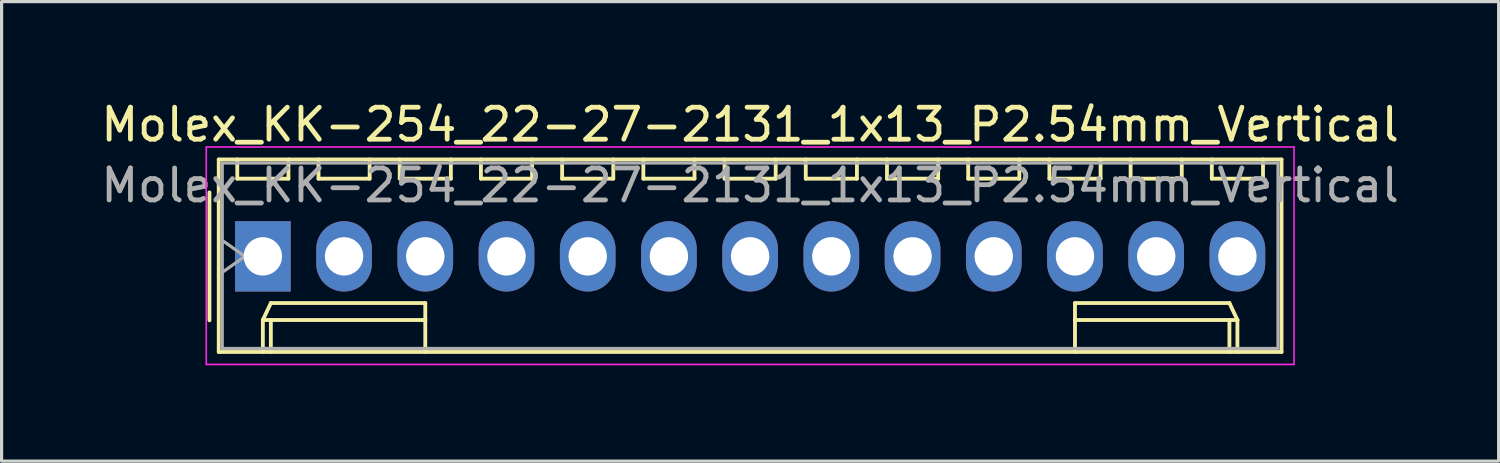
<source format=kicad_pcb>
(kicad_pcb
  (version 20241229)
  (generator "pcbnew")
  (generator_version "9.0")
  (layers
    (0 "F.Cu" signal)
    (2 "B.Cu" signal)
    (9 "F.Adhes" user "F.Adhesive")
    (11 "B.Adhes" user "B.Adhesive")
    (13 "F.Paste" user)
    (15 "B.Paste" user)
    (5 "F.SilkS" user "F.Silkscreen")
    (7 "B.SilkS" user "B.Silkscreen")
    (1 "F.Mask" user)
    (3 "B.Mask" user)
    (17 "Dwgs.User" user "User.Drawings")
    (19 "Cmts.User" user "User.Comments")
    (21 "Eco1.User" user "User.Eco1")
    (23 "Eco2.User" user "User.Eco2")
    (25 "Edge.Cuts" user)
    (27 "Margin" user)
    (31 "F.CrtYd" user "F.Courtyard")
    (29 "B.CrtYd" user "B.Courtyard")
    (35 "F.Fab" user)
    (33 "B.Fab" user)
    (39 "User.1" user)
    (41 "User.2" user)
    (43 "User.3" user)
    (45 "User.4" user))
  (footprint "Molex_KK-254_22-27-2131_1x13_P2.54mm_Vertical"
    (layer "F.Cu")
    (at 5.171 4.968)
    (property "Reference" "Molex_KK-254_22-27-2131_1x13_P2.54mm_Vertical" (at 15.24 -4.12 0) (layer "F.SilkS") (effects (font (size 1 1) (thickness 0.15))))
    (attr through_hole)
    (fp_line (start -1.67 -2) (end -1.67 2) (stroke (width 0.12) (type solid)) (layer "F.SilkS"))
    (fp_line (start -1.38 -3.03) (end -1.38 2.99) (stroke (width 0.12) (type solid)) (layer "F.SilkS"))
    (fp_line (start -1.38 2.99) (end 31.86 2.99) (stroke (width 0.12) (type solid)) (layer "F.SilkS"))
    (fp_line (start -0.8 -3.03) (end -0.8 -2.43) (stroke (width 0.12) (type solid)) (layer "F.SilkS"))
    (fp_line (start -0.8 -2.43) (end 0.8 -2.43) (stroke (width 0.12) (type solid)) (layer "F.SilkS"))
    (fp_line (start 0 1.99) (end 0.25 1.46) (stroke (width 0.12) (type solid)) (layer "F.SilkS"))
    (fp_line (start 0 1.99) (end 5.08 1.99) (stroke (width 0.12) (type solid)) (layer "F.SilkS"))
    (fp_line (start 0 2.99) (end 0 1.99) (stroke (width 0.12) (type solid)) (layer "F.SilkS"))
    (fp_line (start 0.25 1.46) (end 5.08 1.46) (stroke (width 0.12) (type solid)) (layer "F.SilkS"))
    (fp_line (start 0.25 2.99) (end 0.25 1.99) (stroke (width 0.12) (type solid)) (layer "F.SilkS"))
    (fp_line (start 0.8 -2.43) (end 0.8 -3.03) (stroke (width 0.12) (type solid)) (layer "F.SilkS"))
    (fp_line (start 1.74 -3.03) (end 1.74 -2.43) (stroke (width 0.12) (type solid)) (layer "F.SilkS"))
    (fp_line (start 1.74 -2.43) (end 3.34 -2.43) (stroke (width 0.12) (type solid)) (layer "F.SilkS"))
    (fp_line (start 3.34 -2.43) (end 3.34 -3.03) (stroke (width 0.12) (type solid)) (layer "F.SilkS"))
    (fp_line (start 4.28 -3.03) (end 4.28 -2.43) (stroke (width 0.12) (type solid)) (layer "F.SilkS"))
    (fp_line (start 4.28 -2.43) (end 5.88 -2.43) (stroke (width 0.12) (type solid)) (layer "F.SilkS"))
    (fp_line (start 5.08 1.46) (end 5.08 1.99) (stroke (width 0.12) (type solid)) (layer "F.SilkS"))
    (fp_line (start 5.08 1.99) (end 5.08 2.99) (stroke (width 0.12) (type solid)) (layer "F.SilkS"))
    (fp_line (start 5.88 -2.43) (end 5.88 -3.03) (stroke (width 0.12) (type solid)) (layer "F.SilkS"))
    (fp_line (start 6.82 -3.03) (end 6.82 -2.43) (stroke (width 0.12) (type solid)) (layer "F.SilkS"))
    (fp_line (start 6.82 -2.43) (end 8.42 -2.43) (stroke (width 0.12) (type solid)) (layer "F.SilkS"))
    (fp_line (start 8.42 -2.43) (end 8.42 -3.03) (stroke (width 0.12) (type solid)) (layer "F.SilkS"))
    (fp_line (start 9.36 -3.03) (end 9.36 -2.43) (stroke (width 0.12) (type solid)) (layer "F.SilkS"))
    (fp_line (start 9.36 -2.43) (end 10.96 -2.43) (stroke (width 0.12) (type solid)) (layer "F.SilkS"))
    (fp_line (start 10.96 -2.43) (end 10.96 -3.03) (stroke (width 0.12) (type solid)) (layer "F.SilkS"))
    (fp_line (start 11.9 -3.03) (end 11.9 -2.43) (stroke (width 0.12) (type solid)) (layer "F.SilkS"))
    (fp_line (start 11.9 -2.43) (end 13.5 -2.43) (stroke (width 0.12) (type solid)) (layer "F.SilkS"))
    (fp_line (start 13.5 -2.43) (end 13.5 -3.03) (stroke (width 0.12) (type solid)) (layer "F.SilkS"))
    (fp_line (start 14.44 -3.03) (end 14.44 -2.43) (stroke (width 0.12) (type solid)) (layer "F.SilkS"))
    (fp_line (start 14.44 -2.43) (end 16.04 -2.43) (stroke (width 0.12) (type solid)) (layer "F.SilkS"))
    (fp_line (start 16.04 -2.43) (end 16.04 -3.03) (stroke (width 0.12) (type solid)) (layer "F.SilkS"))
    (fp_line (start 16.98 -3.03) (end 16.98 -2.43) (stroke (width 0.12) (type solid)) (layer "F.SilkS"))
    (fp_line (start 16.98 -2.43) (end 18.58 -2.43) (stroke (width 0.12) (type solid)) (layer "F.SilkS"))
    (fp_line (start 18.58 -2.43) (end 18.58 -3.03) (stroke (width 0.12) (type solid)) (layer "F.SilkS"))
    (fp_line (start 19.52 -3.03) (end 19.52 -2.43) (stroke (width 0.12) (type solid)) (layer "F.SilkS"))
    (fp_line (start 19.52 -2.43) (end 21.12 -2.43) (stroke (width 0.12) (type solid)) (layer "F.SilkS"))
    (fp_line (start 21.12 -2.43) (end 21.12 -3.03) (stroke (width 0.12) (type solid)) (layer "F.SilkS"))
    (fp_line (start 22.06 -3.03) (end 22.06 -2.43) (stroke (width 0.12) (type solid)) (layer "F.SilkS"))
    (fp_line (start 22.06 -2.43) (end 23.66 -2.43) (stroke (width 0.12) (type solid)) (layer "F.SilkS"))
    (fp_line (start 23.66 -2.43) (end 23.66 -3.03) (stroke (width 0.12) (type solid)) (layer "F.SilkS"))
    (fp_line (start 24.6 -3.03) (end 24.6 -2.43) (stroke (width 0.12) (type solid)) (layer "F.SilkS"))
    (fp_line (start 24.6 -2.43) (end 26.2 -2.43) (stroke (width 0.12) (type solid)) (layer "F.SilkS"))
    (fp_line (start 25.4 1.46) (end 25.4 1.99) (stroke (width 0.12) (type solid)) (layer "F.SilkS"))
    (fp_line (start 25.4 1.99) (end 25.4 2.99) (stroke (width 0.12) (type solid)) (layer "F.SilkS"))
    (fp_line (start 26.2 -2.43) (end 26.2 -3.03) (stroke (width 0.12) (type solid)) (layer "F.SilkS"))
    (fp_line (start 27.14 -3.03) (end 27.14 -2.43) (stroke (width 0.12) (type solid)) (layer "F.SilkS"))
    (fp_line (start 27.14 -2.43) (end 28.74 -2.43) (stroke (width 0.12) (type solid)) (layer "F.SilkS"))
    (fp_line (start 28.74 -2.43) (end 28.74 -3.03) (stroke (width 0.12) (type solid)) (layer "F.SilkS"))
    (fp_line (start 29.68 -3.03) (end 29.68 -2.43) (stroke (width 0.12) (type solid)) (layer "F.SilkS"))
    (fp_line (start 29.68 -2.43) (end 31.28 -2.43) (stroke (width 0.12) (type solid)) (layer "F.SilkS"))
    (fp_line (start 30.23 1.46) (end 25.4 1.46) (stroke (width 0.12) (type solid)) (layer "F.SilkS"))
    (fp_line (start 30.23 2.99) (end 30.23 1.99) (stroke (width 0.12) (type solid)) (layer "F.SilkS"))
    (fp_line (start 30.48 1.99) (end 25.4 1.99) (stroke (width 0.12) (type solid)) (layer "F.SilkS"))
    (fp_line (start 30.48 1.99) (end 30.23 1.46) (stroke (width 0.12) (type solid)) (layer "F.SilkS"))
    (fp_line (start 30.48 2.99) (end 30.48 1.99) (stroke (width 0.12) (type solid)) (layer "F.SilkS"))
    (fp_line (start 31.28 -2.43) (end 31.28 -3.03) (stroke (width 0.12) (type solid)) (layer "F.SilkS"))
    (fp_line (start 31.86 -3.03) (end -1.38 -3.03) (stroke (width 0.12) (type solid)) (layer "F.SilkS"))
    (fp_line (start 31.86 2.99) (end 31.86 -3.03) (stroke (width 0.12) (type solid)) (layer "F.SilkS"))
    (fp_line (start -1.77 -3.42) (end -1.77 3.38) (stroke (width 0.05) (type solid)) (layer "F.CrtYd"))
    (fp_line (start -1.77 3.38) (end 32.25 3.38) (stroke (width 0.05) (type solid)) (layer "F.CrtYd"))
    (fp_line (start 32.25 -3.42) (end -1.77 -3.42) (stroke (width 0.05) (type solid)) (layer "F.CrtYd"))
    (fp_line (start 32.25 3.38) (end 32.25 -3.42) (stroke (width 0.05) (type solid)) (layer "F.CrtYd"))
    (fp_line (start -1.27 -2.92) (end -1.27 2.88) (stroke (width 0.1) (type solid)) (layer "F.Fab"))
    (fp_line (start -1.27 -0.5) (end -0.563 0) (stroke (width 0.1) (type solid)) (layer "F.Fab"))
    (fp_line (start -1.27 2.88) (end 31.75 2.88) (stroke (width 0.1) (type solid)) (layer "F.Fab"))
    (fp_line (start -0.563 0) (end -1.27 0.5) (stroke (width 0.1) (type solid)) (layer "F.Fab"))
    (fp_line (start 31.75 -2.92) (end -1.27 -2.92) (stroke (width 0.1) (type solid)) (layer "F.Fab"))
    (fp_line (start 31.75 2.88) (end 31.75 -2.92) (stroke (width 0.1) (type solid)) (layer "F.Fab"))
    (fp_text user "${REFERENCE}" (at 15.24 -2.22 0) (layer "F.Fab") (effects (font (size 1 1) (thickness 0.15))))
    (pad "1" thru_hole rect (at 0 0) (size 1.74 2.2) (drill 1.2) (layers "*.Cu" "*.Mask"))
    (pad "2" thru_hole oval (at 2.54 0) (size 1.74 2.2) (drill 1.2) (layers "*.Cu" "*.Mask"))
    (pad "3" thru_hole oval (at 5.08 0) (size 1.74 2.2) (drill 1.2) (layers "*.Cu" "*.Mask"))
    (pad "4" thru_hole oval (at 7.62 0) (size 1.74 2.2) (drill 1.2) (layers "*.Cu" "*.Mask"))
    (pad "5" thru_hole oval (at 10.16 0) (size 1.74 2.2) (drill 1.2) (layers "*.Cu" "*.Mask"))
    (pad "6" thru_hole oval (at 12.7 0) (size 1.74 2.2) (drill 1.2) (layers "*.Cu" "*.Mask"))
    (pad "7" thru_hole oval (at 15.24 0) (size 1.74 2.2) (drill 1.2) (layers "*.Cu" "*.Mask"))
    (pad "8" thru_hole oval (at 17.78 0) (size 1.74 2.2) (drill 1.2) (layers "*.Cu" "*.Mask"))
    (pad "9" thru_hole oval (at 20.32 0) (size 1.74 2.2) (drill 1.2) (layers "*.Cu" "*.Mask"))
    (pad "10" thru_hole oval (at 22.86 0) (size 1.74 2.2) (drill 1.2) (layers "*.Cu" "*.Mask"))
    (pad "11" thru_hole oval (at 25.4 0) (size 1.74 2.2) (drill 1.2) (layers "*.Cu" "*.Mask"))
    (pad "12" thru_hole oval (at 27.94 0) (size 1.74 2.2) (drill 1.2) (layers "*.Cu" "*.Mask"))
    (pad "13" thru_hole oval (at 30.48 0) (size 1.74 2.2) (drill 1.2) (layers "*.Cu" "*.Mask")))
  (gr_rect
    (start -3 -3)
    (end 43.821 11.373)
    (stroke (width 0.1) (type default))
    (fill no)
    (layer "Edge.Cuts")))
</source>
